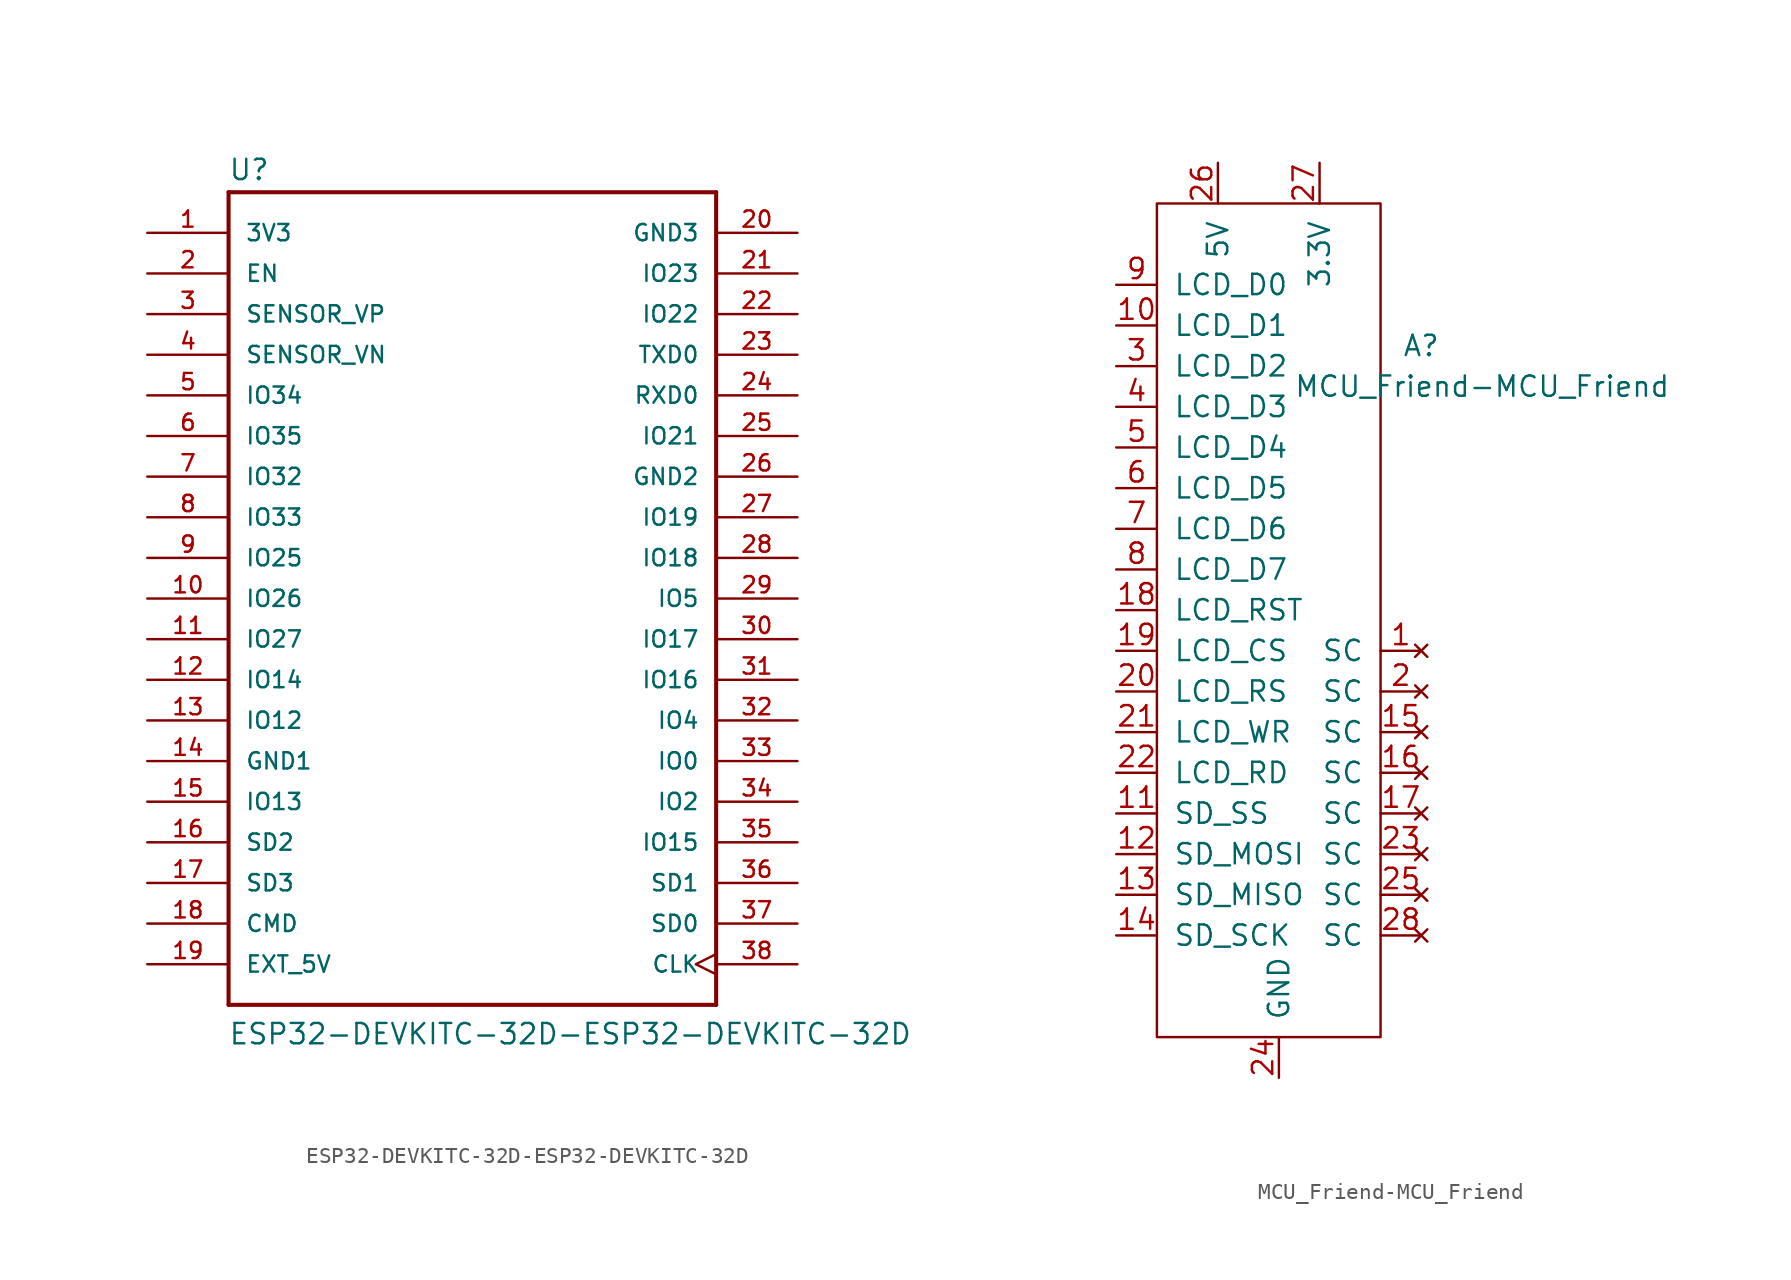
<source format=kicad_sym>
(kicad_symbol_lib
  (version 20231120)
  (generator "kicad_symbol_editor")
  (generator_version "8.0")
  (symbol "ESP32-DEVKITC-32D-ESP32-DEVKITC-32D"
    (pin_names
      (offset 1.016))
    (property "Reference" "U"
      (at -15.265 26.06 0)
      (effects (font (size 1.27 1.27)) (justify left bottom)))
    (property "Value" "ESP32-DEVKITC-32D-ESP32-DEVKITC-32D"
      (at -15.265 -27.965 0)
      (effects (font (size 1.27 1.27)) (justify left bottom)))
    (property "ki_locked" ""
      (at 0 0 0)
      (effects (font (size 1.27 1.27))))
    (symbol "ESP32-DEVKITC-32D-ESP32-DEVKITC-32D_0_0"
      (polyline (pts (xy -15.24 -25.4) (xy -15.24 25.4)) (stroke (width 0.254) (type solid)) (fill (type none)))
      (polyline (pts (xy -15.24 25.4) (xy 15.24 25.4)) (stroke (width 0.254) (type solid)) (fill (type none)))
      (polyline (pts (xy 15.24 -25.4) (xy -15.24 -25.4)) (stroke (width 0.254) (type solid)) (fill (type none)))
      (polyline (pts (xy 15.24 25.4) (xy 15.24 -25.4)) (stroke (width 0.254) (type solid)) (fill (type none)))
      (pin power_in line (at -20.32 22.86 0) (length 5.08) (name "3V3" (effects (font (size 1.016 1.016)))) (number "1" (effects (font (size 1.016 1.016)))))
      (pin bidirectional line (at -20.32 0 0) (length 5.08) (name "IO26" (effects (font (size 1.016 1.016)))) (number "10" (effects (font (size 1.016 1.016)))))
      (pin bidirectional line (at -20.32 -2.54 0) (length 5.08) (name "IO27" (effects (font (size 1.016 1.016)))) (number "11" (effects (font (size 1.016 1.016)))))
      (pin bidirectional line (at -20.32 -5.08 0) (length 5.08) (name "IO14" (effects (font (size 1.016 1.016)))) (number "12" (effects (font (size 1.016 1.016)))))
      (pin bidirectional line (at -20.32 -7.62 0) (length 5.08) (name "IO12" (effects (font (size 1.016 1.016)))) (number "13" (effects (font (size 1.016 1.016)))))
      (pin power_in line (at -20.32 -10.16 0) (length 5.08) (name "GND1" (effects (font (size 1.016 1.016)))) (number "14" (effects (font (size 1.016 1.016)))))
      (pin bidirectional line (at -20.32 -12.7 0) (length 5.08) (name "IO13" (effects (font (size 1.016 1.016)))) (number "15" (effects (font (size 1.016 1.016)))))
      (pin bidirectional line (at -20.32 -15.24 0) (length 5.08) (name "SD2" (effects (font (size 1.016 1.016)))) (number "16" (effects (font (size 1.016 1.016)))))
      (pin bidirectional line (at -20.32 -17.78 0) (length 5.08) (name "SD3" (effects (font (size 1.016 1.016)))) (number "17" (effects (font (size 1.016 1.016)))))
      (pin bidirectional line (at -20.32 -20.32 0) (length 5.08) (name "CMD" (effects (font (size 1.016 1.016)))) (number "18" (effects (font (size 1.016 1.016)))))
      (pin power_in line (at -20.32 -22.86 0) (length 5.08) (name "EXT_5V" (effects (font (size 1.016 1.016)))) (number "19" (effects (font (size 1.016 1.016)))))
      (pin input line (at -20.32 20.32 0) (length 5.08) (name "EN" (effects (font (size 1.016 1.016)))) (number "2" (effects (font (size 1.016 1.016)))))
      (pin power_in line (at 20.32 22.86 180) (length 5.08) (name "GND3" (effects (font (size 1.016 1.016)))) (number "20" (effects (font (size 1.016 1.016)))))
      (pin bidirectional line (at 20.32 20.32 180) (length 5.08) (name "IO23" (effects (font (size 1.016 1.016)))) (number "21" (effects (font (size 1.016 1.016)))))
      (pin bidirectional line (at 20.32 17.78 180) (length 5.08) (name "IO22" (effects (font (size 1.016 1.016)))) (number "22" (effects (font (size 1.016 1.016)))))
      (pin output line (at 20.32 15.24 180) (length 5.08) (name "TXD0" (effects (font (size 1.016 1.016)))) (number "23" (effects (font (size 1.016 1.016)))))
      (pin input line (at 20.32 12.7 180) (length 5.08) (name "RXD0" (effects (font (size 1.016 1.016)))) (number "24" (effects (font (size 1.016 1.016)))))
      (pin bidirectional line (at 20.32 10.16 180) (length 5.08) (name "IO21" (effects (font (size 1.016 1.016)))) (number "25" (effects (font (size 1.016 1.016)))))
      (pin power_in line (at 20.32 7.62 180) (length 5.08) (name "GND2" (effects (font (size 1.016 1.016)))) (number "26" (effects (font (size 1.016 1.016)))))
      (pin bidirectional line (at 20.32 5.08 180) (length 5.08) (name "IO19" (effects (font (size 1.016 1.016)))) (number "27" (effects (font (size 1.016 1.016)))))
      (pin bidirectional line (at 20.32 2.54 180) (length 5.08) (name "IO18" (effects (font (size 1.016 1.016)))) (number "28" (effects (font (size 1.016 1.016)))))
      (pin bidirectional line (at 20.32 0 180) (length 5.08) (name "IO5" (effects (font (size 1.016 1.016)))) (number "29" (effects (font (size 1.016 1.016)))))
      (pin input line (at -20.32 17.78 0) (length 5.08) (name "SENSOR_VP" (effects (font (size 1.016 1.016)))) (number "3" (effects (font (size 1.016 1.016)))))
      (pin bidirectional line (at 20.32 -2.54 180) (length 5.08) (name "IO17" (effects (font (size 1.016 1.016)))) (number "30" (effects (font (size 1.016 1.016)))))
      (pin bidirectional line (at 20.32 -5.08 180) (length 5.08) (name "IO16" (effects (font (size 1.016 1.016)))) (number "31" (effects (font (size 1.016 1.016)))))
      (pin bidirectional line (at 20.32 -7.62 180) (length 5.08) (name "IO4" (effects (font (size 1.016 1.016)))) (number "32" (effects (font (size 1.016 1.016)))))
      (pin bidirectional line (at 20.32 -10.16 180) (length 5.08) (name "IO0" (effects (font (size 1.016 1.016)))) (number "33" (effects (font (size 1.016 1.016)))))
      (pin bidirectional line (at 20.32 -12.7 180) (length 5.08) (name "IO2" (effects (font (size 1.016 1.016)))) (number "34" (effects (font (size 1.016 1.016)))))
      (pin bidirectional line (at 20.32 -15.24 180) (length 5.08) (name "IO15" (effects (font (size 1.016 1.016)))) (number "35" (effects (font (size 1.016 1.016)))))
      (pin bidirectional line (at 20.32 -17.78 180) (length 5.08) (name "SD1" (effects (font (size 1.016 1.016)))) (number "36" (effects (font (size 1.016 1.016)))))
      (pin bidirectional line (at 20.32 -20.32 180) (length 5.08) (name "SD0" (effects (font (size 1.016 1.016)))) (number "37" (effects (font (size 1.016 1.016)))))
      (pin input clock (at 20.32 -22.86 180) (length 5.08) (name "CLK" (effects (font (size 1.016 1.016)))) (number "38" (effects (font (size 1.016 1.016)))))
      (pin input line (at -20.32 15.24 0) (length 5.08) (name "SENSOR_VN" (effects (font (size 1.016 1.016)))) (number "4" (effects (font (size 1.016 1.016)))))
      (pin bidirectional line (at -20.32 12.7 0) (length 5.08) (name "IO34" (effects (font (size 1.016 1.016)))) (number "5" (effects (font (size 1.016 1.016)))))
      (pin bidirectional line (at -20.32 10.16 0) (length 5.08) (name "IO35" (effects (font (size 1.016 1.016)))) (number "6" (effects (font (size 1.016 1.016)))))
      (pin bidirectional line (at -20.32 7.62 0) (length 5.08) (name "IO32" (effects (font (size 1.016 1.016)))) (number "7" (effects (font (size 1.016 1.016)))))
      (pin bidirectional line (at -20.32 5.08 0) (length 5.08) (name "IO33" (effects (font (size 1.016 1.016)))) (number "8" (effects (font (size 1.016 1.016)))))
      (pin bidirectional line (at -20.32 2.54 0) (length 5.08) (name "IO25" (effects (font (size 1.016 1.016)))) (number "9" (effects (font (size 1.016 1.016)))))))
  (symbol "MCU_Friend-MCU_Friend"
    (pin_names
      (offset 1.016))
    (property "Reference" "A"
      (at 8.89 6.35 0)
      (effects (font (size 1.27 1.27))))
    (property "Value" "MCU_Friend-MCU_Friend"
      (at 12.7 3.81 0)
      (effects (font (size 1.27 1.27))))
    (symbol "MCU_Friend-MCU_Friend_0_1"
      (rectangle (start -7.62 -36.83) (end 6.35 15.24) (stroke (width 0) (type solid)) (fill (type none))))
    (symbol "MCU_Friend-MCU_Friend_1_1"
      (pin no_connect line (at 8.89 -12.7 180) (length 2.54) (name "SC" (effects (font (size 1.27 1.27)))) (number "1" (effects (font (size 1.27 1.27)))))
      (pin bidirectional line (at -10.16 7.62 0) (length 2.54) (name "LCD_D1" (effects (font (size 1.27 1.27)))) (number "10" (effects (font (size 1.27 1.27)))))
      (pin bidirectional line (at -10.16 -22.86 0) (length 2.54) (name "SD_SS" (effects (font (size 1.27 1.27)))) (number "11" (effects (font (size 1.27 1.27)))))
      (pin bidirectional line (at -10.16 -25.4 0) (length 2.54) (name "SD_MOSI" (effects (font (size 1.27 1.27)))) (number "12" (effects (font (size 1.27 1.27)))))
      (pin bidirectional line (at -10.16 -27.94 0) (length 2.54) (name "SD_MISO" (effects (font (size 1.27 1.27)))) (number "13" (effects (font (size 1.27 1.27)))))
      (pin bidirectional line (at -10.16 -30.48 0) (length 2.54) (name "SD_SCK" (effects (font (size 1.27 1.27)))) (number "14" (effects (font (size 1.27 1.27)))))
      (pin no_connect line (at 8.89 -17.78 180) (length 2.54) (name "SC" (effects (font (size 1.27 1.27)))) (number "15" (effects (font (size 1.27 1.27)))))
      (pin no_connect line (at 8.89 -20.32 180) (length 2.54) (name "SC" (effects (font (size 1.27 1.27)))) (number "16" (effects (font (size 1.27 1.27)))))
      (pin no_connect line (at 8.89 -22.86 180) (length 2.54) (name "SC" (effects (font (size 1.27 1.27)))) (number "17" (effects (font (size 1.27 1.27)))))
      (pin bidirectional line (at -10.16 -10.16 0) (length 2.54) (name "LCD_RST" (effects (font (size 1.27 1.27)))) (number "18" (effects (font (size 1.27 1.27)))))
      (pin bidirectional line (at -10.16 -12.7 0) (length 2.54) (name "LCD_CS" (effects (font (size 1.27 1.27)))) (number "19" (effects (font (size 1.27 1.27)))))
      (pin no_connect line (at 8.89 -15.24 180) (length 2.54) (name "SC" (effects (font (size 1.27 1.27)))) (number "2" (effects (font (size 1.27 1.27)))))
      (pin bidirectional line (at -10.16 -15.24 0) (length 2.54) (name "LCD_RS" (effects (font (size 1.27 1.27)))) (number "20" (effects (font (size 1.27 1.27)))))
      (pin bidirectional line (at -10.16 -17.78 0) (length 2.54) (name "LCD_WR" (effects (font (size 1.27 1.27)))) (number "21" (effects (font (size 1.27 1.27)))))
      (pin bidirectional line (at -10.16 -20.32 0) (length 2.54) (name "LCD_RD" (effects (font (size 1.27 1.27)))) (number "22" (effects (font (size 1.27 1.27)))))
      (pin no_connect line (at 8.89 -25.4 180) (length 2.54) (name "SC" (effects (font (size 1.27 1.27)))) (number "23" (effects (font (size 1.27 1.27)))))
      (pin power_in line (at 0 -39.37 90) (length 2.54) (name "GND" (effects (font (size 1.27 1.27)))) (number "24" (effects (font (size 1.27 1.27)))))
      (pin no_connect line (at 8.89 -27.94 180) (length 2.54) (name "SC" (effects (font (size 1.27 1.27)))) (number "25" (effects (font (size 1.27 1.27)))))
      (pin input line (at -3.81 17.78 270) (length 2.54) (name "5V" (effects (font (size 1.27 1.27)))) (number "26" (effects (font (size 1.27 1.27)))))
      (pin input line (at 2.54 17.78 270) (length 2.54) (name "3.3V" (effects (font (size 1.27 1.27)))) (number "27" (effects (font (size 1.27 1.27)))))
      (pin no_connect line (at 8.89 -30.48 180) (length 2.54) (name "SC" (effects (font (size 1.27 1.27)))) (number "28" (effects (font (size 1.27 1.27)))))
      (pin bidirectional line (at -10.16 5.08 0) (length 2.54) (name "LCD_D2" (effects (font (size 1.27 1.27)))) (number "3" (effects (font (size 1.27 1.27)))))
      (pin bidirectional line (at -10.16 2.54 0) (length 2.54) (name "LCD_D3" (effects (font (size 1.27 1.27)))) (number "4" (effects (font (size 1.27 1.27)))))
      (pin bidirectional line (at -10.16 0 0) (length 2.54) (name "LCD_D4" (effects (font (size 1.27 1.27)))) (number "5" (effects (font (size 1.27 1.27)))))
      (pin bidirectional line (at -10.16 -2.54 0) (length 2.54) (name "LCD_D5" (effects (font (size 1.27 1.27)))) (number "6" (effects (font (size 1.27 1.27)))))
      (pin bidirectional line (at -10.16 -5.08 0) (length 2.54) (name "LCD_D6" (effects (font (size 1.27 1.27)))) (number "7" (effects (font (size 1.27 1.27)))))
      (pin bidirectional line (at -10.16 -7.62 0) (length 2.54) (name "LCD_D7" (effects (font (size 1.27 1.27)))) (number "8" (effects (font (size 1.27 1.27)))))
      (pin bidirectional line (at -10.16 10.16 0) (length 2.54) (name "LCD_D0" (effects (font (size 1.27 1.27)))) (number "9" (effects (font (size 1.27 1.27))))))))
</source>
